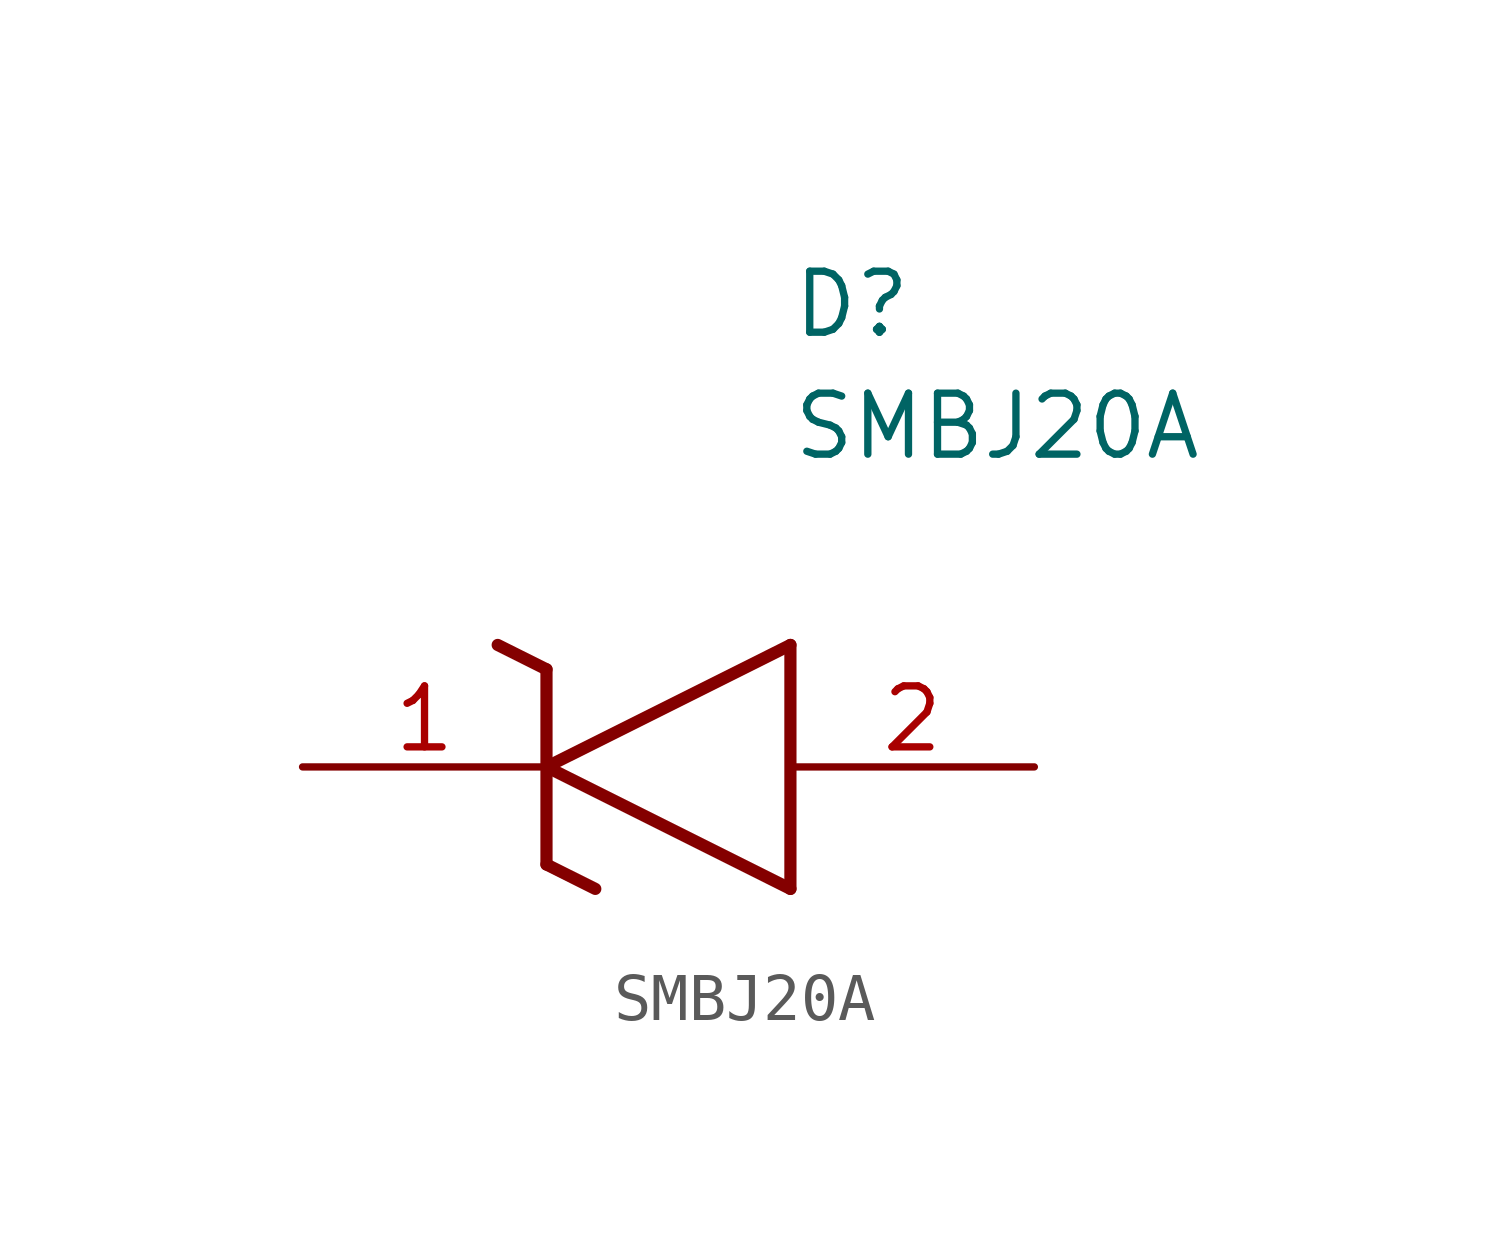
<source format=kicad_sym>
(kicad_symbol_lib
  (version 20211014)
  (generator SamacSys_ECAD_Model)
  (symbol "SMBJ20A"
    (pin_names hide)
    (property "Reference" "D"
      (at 10.16 8.89 0)
      (effects (font (size 1.27 1.27)) (justify left bottom)))
    (property "Value" "SMBJ20A"
      (at 10.16 6.35 0)
      (effects (font (size 1.27 1.27)) (justify left bottom)))
    (polyline
      (pts (xy 5.08 0) (xy 10.16 2.54))
      (stroke (width 0.254) (type default))
      (fill (type none)))
    (polyline
      (pts (xy 10.16 -2.54) (xy 10.16 2.54))
      (stroke (width 0.254) (type default))
      (fill (type none)))
    (polyline
      (pts (xy 10.16 -2.54) (xy 5.08 0))
      (stroke (width 0.254) (type default))
      (fill (type none)))
    (polyline
      (pts (xy 5.08 -2.032) (xy 6.096 -2.54))
      (stroke (width 0.254) (type default))
      (fill (type none)))
    (polyline
      (pts (xy 5.08 -2.032) (xy 5.08 2.032))
      (stroke (width 0.254) (type default))
      (fill (type none)))
    (polyline
      (pts (xy 4.064 2.54) (xy 5.08 2.032))
      (stroke (width 0.254) (type default))
      (fill (type none)))
    (pin passive line
      (at 0 0 0)
      (length 5.08)
      (name "K" (effects (font (size 1.27 1.27))))
      (number "1" (effects (font (size 1.27 1.27)))))
    (pin passive line
      (at 15.24 0 180)
      (length 5.08)
      (name "A" (effects (font (size 1.27 1.27))))
      (number "2" (effects (font (size 1.27 1.27)))))))
</source>
